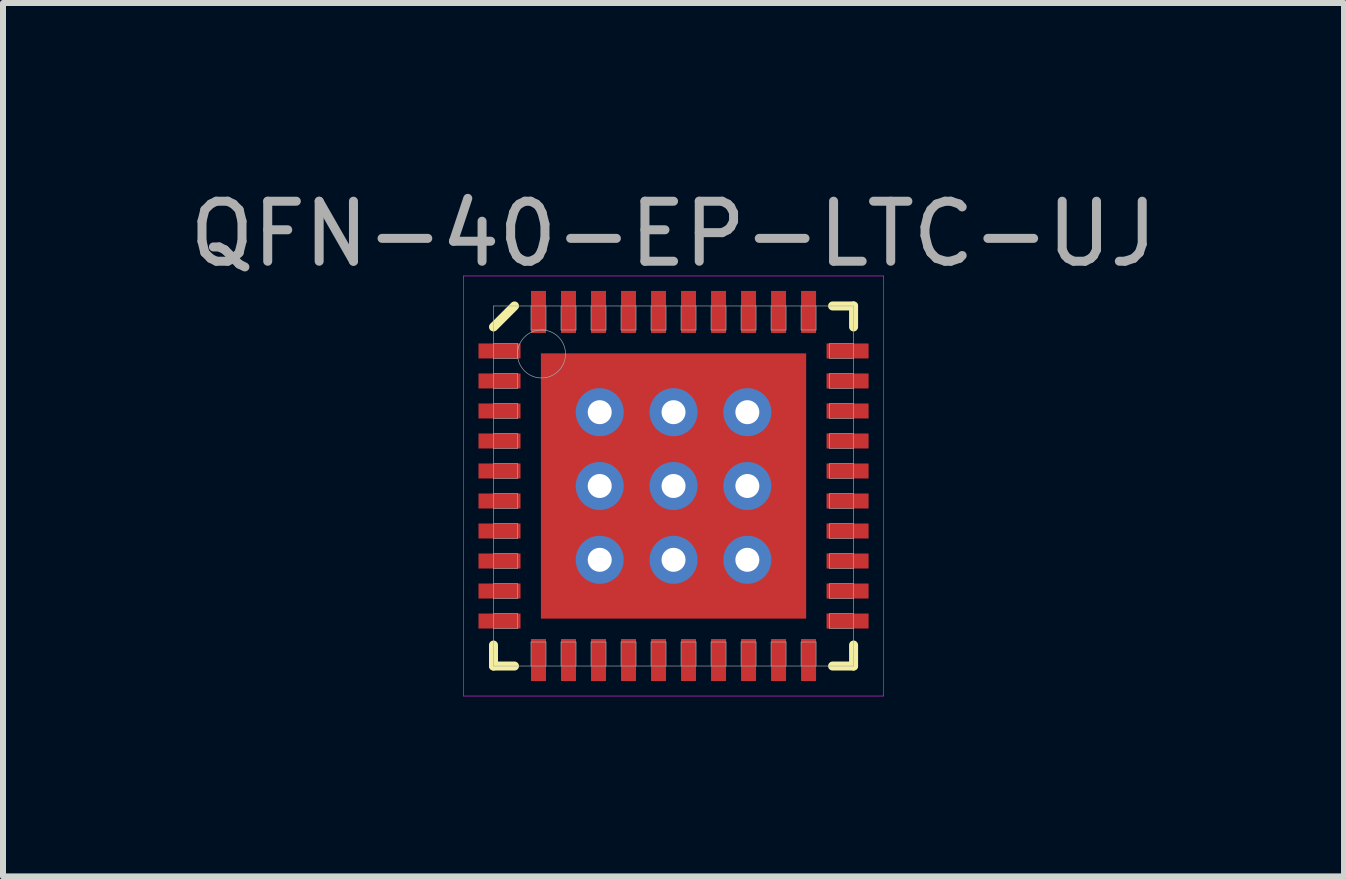
<source format=kicad_pcb>
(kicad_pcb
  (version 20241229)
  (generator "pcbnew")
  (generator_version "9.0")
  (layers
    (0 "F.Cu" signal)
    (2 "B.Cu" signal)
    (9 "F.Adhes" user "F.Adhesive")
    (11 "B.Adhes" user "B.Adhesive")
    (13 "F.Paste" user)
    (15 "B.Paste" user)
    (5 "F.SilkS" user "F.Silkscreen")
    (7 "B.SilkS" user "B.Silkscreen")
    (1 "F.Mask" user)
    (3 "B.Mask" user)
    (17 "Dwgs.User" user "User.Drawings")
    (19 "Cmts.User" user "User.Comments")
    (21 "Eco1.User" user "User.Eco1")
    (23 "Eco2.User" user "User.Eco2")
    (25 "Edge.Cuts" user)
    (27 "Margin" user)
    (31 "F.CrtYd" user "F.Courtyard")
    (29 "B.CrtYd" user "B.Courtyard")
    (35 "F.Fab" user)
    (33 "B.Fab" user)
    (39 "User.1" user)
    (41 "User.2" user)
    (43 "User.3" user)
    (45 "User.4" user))
  (footprint "QFN-40-EP-LTC-UJ"
    (layer "F.Cu")
    (at 8.173 5.048)
    (property "Reference" "QFN-40-EP-LTC-UJ" (at 0 -4.2 0) (layer "F.Fab") (effects (font (size 1 1) (thickness 0.15))))
    (attr through_hole)
    (fp_line (start -3 -2.65) (end -2.65 -3) (stroke (width 0.15) (type solid)) (layer "F.SilkS"))
    (fp_line (start -3 3) (end -3 2.65) (stroke (width 0.15) (type solid)) (layer "F.SilkS"))
    (fp_line (start -2.65 3) (end -3 3) (stroke (width 0.15) (type solid)) (layer "F.SilkS"))
    (fp_line (start 2.65 -3) (end 3 -3) (stroke (width 0.15) (type solid)) (layer "F.SilkS"))
    (fp_line (start 2.65 3) (end 3 3) (stroke (width 0.15) (type solid)) (layer "F.SilkS"))
    (fp_line (start 3 -3) (end 3 -2.65) (stroke (width 0.15) (type solid)) (layer "F.SilkS"))
    (fp_line (start 3 3) (end 3 2.65) (stroke (width 0.15) (type solid)) (layer "F.SilkS"))
    (fp_line (start -3.5 -3.5) (end 3.5 -3.5) (stroke (width 0.01) (type solid)) (layer "F.CrtYd"))
    (fp_line (start -3.5 3.5) (end -3.5 -3.5) (stroke (width 0.01) (type solid)) (layer "F.CrtYd"))
    (fp_line (start 3.5 -3.5) (end 3.5 3.5) (stroke (width 0.01) (type solid)) (layer "F.CrtYd"))
    (fp_line (start 3.5 3.5) (end -3.5 3.5) (stroke (width 0.01) (type solid)) (layer "F.CrtYd"))
    (fp_line (start -3 -3) (end 3 -3) (stroke (width 0.01) (type solid)) (layer "F.Fab"))
    (fp_line (start -3 -2.125) (end -2.6 -2.125) (stroke (width 0.01) (type solid)) (layer "F.Fab"))
    (fp_line (start -3 -1.625) (end -2.6 -1.625) (stroke (width 0.01) (type solid)) (layer "F.Fab"))
    (fp_line (start -3 -1.125) (end -2.6 -1.125) (stroke (width 0.01) (type solid)) (layer "F.Fab"))
    (fp_line (start -3 -0.625) (end -2.6 -0.625) (stroke (width 0.01) (type solid)) (layer "F.Fab"))
    (fp_line (start -3 -0.125) (end -2.6 -0.125) (stroke (width 0.01) (type solid)) (layer "F.Fab"))
    (fp_line (start -3 0.375) (end -2.6 0.375) (stroke (width 0.01) (type solid)) (layer "F.Fab"))
    (fp_line (start -3 0.875) (end -2.6 0.875) (stroke (width 0.01) (type solid)) (layer "F.Fab"))
    (fp_line (start -3 1.375) (end -2.6 1.375) (stroke (width 0.01) (type solid)) (layer "F.Fab"))
    (fp_line (start -3 1.875) (end -2.6 1.875) (stroke (width 0.01) (type solid)) (layer "F.Fab"))
    (fp_line (start -3 2.375) (end -2.6 2.375) (stroke (width 0.01) (type solid)) (layer "F.Fab"))
    (fp_line (start -3 3) (end -3 -3) (stroke (width 0.01) (type solid)) (layer "F.Fab"))
    (fp_line (start -2.6 -2.375) (end -3 -2.375) (stroke (width 0.01) (type solid)) (layer "F.Fab"))
    (fp_line (start -2.6 -2.125) (end -2.6 -2.375) (stroke (width 0.01) (type solid)) (layer "F.Fab"))
    (fp_line (start -2.6 -1.875) (end -3 -1.875) (stroke (width 0.01) (type solid)) (layer "F.Fab"))
    (fp_line (start -2.6 -1.625) (end -2.6 -1.875) (stroke (width 0.01) (type solid)) (layer "F.Fab"))
    (fp_line (start -2.6 -1.375) (end -3 -1.375) (stroke (width 0.01) (type solid)) (layer "F.Fab"))
    (fp_line (start -2.6 -1.125) (end -2.6 -1.375) (stroke (width 0.01) (type solid)) (layer "F.Fab"))
    (fp_line (start -2.6 -0.875) (end -3 -0.875) (stroke (width 0.01) (type solid)) (layer "F.Fab"))
    (fp_line (start -2.6 -0.625) (end -2.6 -0.875) (stroke (width 0.01) (type solid)) (layer "F.Fab"))
    (fp_line (start -2.6 -0.375) (end -3 -0.375) (stroke (width 0.01) (type solid)) (layer "F.Fab"))
    (fp_line (start -2.6 -0.125) (end -2.6 -0.375) (stroke (width 0.01) (type solid)) (layer "F.Fab"))
    (fp_line (start -2.6 0.125) (end -3 0.125) (stroke (width 0.01) (type solid)) (layer "F.Fab"))
    (fp_line (start -2.6 0.375) (end -2.6 0.125) (stroke (width 0.01) (type solid)) (layer "F.Fab"))
    (fp_line (start -2.6 0.625) (end -3 0.625) (stroke (width 0.01) (type solid)) (layer "F.Fab"))
    (fp_line (start -2.6 0.875) (end -2.6 0.625) (stroke (width 0.01) (type solid)) (layer "F.Fab"))
    (fp_line (start -2.6 1.125) (end -3 1.125) (stroke (width 0.01) (type solid)) (layer "F.Fab"))
    (fp_line (start -2.6 1.375) (end -2.6 1.125) (stroke (width 0.01) (type solid)) (layer "F.Fab"))
    (fp_line (start -2.6 1.625) (end -3 1.625) (stroke (width 0.01) (type solid)) (layer "F.Fab"))
    (fp_line (start -2.6 1.875) (end -2.6 1.625) (stroke (width 0.01) (type solid)) (layer "F.Fab"))
    (fp_line (start -2.6 2.125) (end -3 2.125) (stroke (width 0.01) (type solid)) (layer "F.Fab"))
    (fp_line (start -2.6 2.375) (end -2.6 2.125) (stroke (width 0.01) (type solid)) (layer "F.Fab"))
    (fp_line (start -2.375 -3) (end -2.375 -2.6) (stroke (width 0.01) (type solid)) (layer "F.Fab"))
    (fp_line (start -2.375 -2.6) (end -2.125 -2.6) (stroke (width 0.01) (type solid)) (layer "F.Fab"))
    (fp_line (start -2.375 2.6) (end -2.375 3) (stroke (width 0.01) (type solid)) (layer "F.Fab"))
    (fp_line (start -2.125 -2.6) (end -2.125 -3) (stroke (width 0.01) (type solid)) (layer "F.Fab"))
    (fp_line (start -2.125 2.6) (end -2.375 2.6) (stroke (width 0.01) (type solid)) (layer "F.Fab"))
    (fp_line (start -2.125 3) (end -2.125 2.6) (stroke (width 0.01) (type solid)) (layer "F.Fab"))
    (fp_line (start -1.875 -3) (end -1.875 -2.6) (stroke (width 0.01) (type solid)) (layer "F.Fab"))
    (fp_line (start -1.875 -2.6) (end -1.625 -2.6) (stroke (width 0.01) (type solid)) (layer "F.Fab"))
    (fp_line (start -1.875 2.6) (end -1.875 3) (stroke (width 0.01) (type solid)) (layer "F.Fab"))
    (fp_line (start -1.625 -2.6) (end -1.625 -3) (stroke (width 0.01) (type solid)) (layer "F.Fab"))
    (fp_line (start -1.625 2.6) (end -1.875 2.6) (stroke (width 0.01) (type solid)) (layer "F.Fab"))
    (fp_line (start -1.625 3) (end -1.625 2.6) (stroke (width 0.01) (type solid)) (layer "F.Fab"))
    (fp_line (start -1.375 -3) (end -1.375 -2.6) (stroke (width 0.01) (type solid)) (layer "F.Fab"))
    (fp_line (start -1.375 -2.6) (end -1.125 -2.6) (stroke (width 0.01) (type solid)) (layer "F.Fab"))
    (fp_line (start -1.375 2.6) (end -1.375 3) (stroke (width 0.01) (type solid)) (layer "F.Fab"))
    (fp_line (start -1.125 -2.6) (end -1.125 -3) (stroke (width 0.01) (type solid)) (layer "F.Fab"))
    (fp_line (start -1.125 2.6) (end -1.375 2.6) (stroke (width 0.01) (type solid)) (layer "F.Fab"))
    (fp_line (start -1.125 3) (end -1.125 2.6) (stroke (width 0.01) (type solid)) (layer "F.Fab"))
    (fp_line (start -0.875 -3) (end -0.875 -2.6) (stroke (width 0.01) (type solid)) (layer "F.Fab"))
    (fp_line (start -0.875 -2.6) (end -0.625 -2.6) (stroke (width 0.01) (type solid)) (layer "F.Fab"))
    (fp_line (start -0.875 2.6) (end -0.875 3) (stroke (width 0.01) (type solid)) (layer "F.Fab"))
    (fp_line (start -0.625 -2.6) (end -0.625 -3) (stroke (width 0.01) (type solid)) (layer "F.Fab"))
    (fp_line (start -0.625 2.6) (end -0.875 2.6) (stroke (width 0.01) (type solid)) (layer "F.Fab"))
    (fp_line (start -0.625 3) (end -0.625 2.6) (stroke (width 0.01) (type solid)) (layer "F.Fab"))
    (fp_line (start -0.375 -3) (end -0.375 -2.6) (stroke (width 0.01) (type solid)) (layer "F.Fab"))
    (fp_line (start -0.375 -2.6) (end -0.125 -2.6) (stroke (width 0.01) (type solid)) (layer "F.Fab"))
    (fp_line (start -0.375 2.6) (end -0.375 3) (stroke (width 0.01) (type solid)) (layer "F.Fab"))
    (fp_line (start -0.125 -2.6) (end -0.125 -3) (stroke (width 0.01) (type solid)) (layer "F.Fab"))
    (fp_line (start -0.125 2.6) (end -0.375 2.6) (stroke (width 0.01) (type solid)) (layer "F.Fab"))
    (fp_line (start -0.125 3) (end -0.125 2.6) (stroke (width 0.01) (type solid)) (layer "F.Fab"))
    (fp_line (start 0.125 -3) (end 0.125 -2.6) (stroke (width 0.01) (type solid)) (layer "F.Fab"))
    (fp_line (start 0.125 -2.6) (end 0.375 -2.6) (stroke (width 0.01) (type solid)) (layer "F.Fab"))
    (fp_line (start 0.125 2.6) (end 0.125 3) (stroke (width 0.01) (type solid)) (layer "F.Fab"))
    (fp_line (start 0.375 -2.6) (end 0.375 -3) (stroke (width 0.01) (type solid)) (layer "F.Fab"))
    (fp_line (start 0.375 2.6) (end 0.125 2.6) (stroke (width 0.01) (type solid)) (layer "F.Fab"))
    (fp_line (start 0.375 3) (end 0.375 2.6) (stroke (width 0.01) (type solid)) (layer "F.Fab"))
    (fp_line (start 0.625 -3) (end 0.625 -2.6) (stroke (width 0.01) (type solid)) (layer "F.Fab"))
    (fp_line (start 0.625 -2.6) (end 0.875 -2.6) (stroke (width 0.01) (type solid)) (layer "F.Fab"))
    (fp_line (start 0.625 2.6) (end 0.625 3) (stroke (width 0.01) (type solid)) (layer "F.Fab"))
    (fp_line (start 0.875 -2.6) (end 0.875 -3) (stroke (width 0.01) (type solid)) (layer "F.Fab"))
    (fp_line (start 0.875 2.6) (end 0.625 2.6) (stroke (width 0.01) (type solid)) (layer "F.Fab"))
    (fp_line (start 0.875 3) (end 0.875 2.6) (stroke (width 0.01) (type solid)) (layer "F.Fab"))
    (fp_line (start 1.125 -3) (end 1.125 -2.6) (stroke (width 0.01) (type solid)) (layer "F.Fab"))
    (fp_line (start 1.125 -2.6) (end 1.375 -2.6) (stroke (width 0.01) (type solid)) (layer "F.Fab"))
    (fp_line (start 1.125 2.6) (end 1.125 3) (stroke (width 0.01) (type solid)) (layer "F.Fab"))
    (fp_line (start 1.375 -2.6) (end 1.375 -3) (stroke (width 0.01) (type solid)) (layer "F.Fab"))
    (fp_line (start 1.375 2.6) (end 1.125 2.6) (stroke (width 0.01) (type solid)) (layer "F.Fab"))
    (fp_line (start 1.375 3) (end 1.375 2.6) (stroke (width 0.01) (type solid)) (layer "F.Fab"))
    (fp_line (start 1.625 -3) (end 1.625 -2.6) (stroke (width 0.01) (type solid)) (layer "F.Fab"))
    (fp_line (start 1.625 -2.6) (end 1.875 -2.6) (stroke (width 0.01) (type solid)) (layer "F.Fab"))
    (fp_line (start 1.625 2.6) (end 1.625 3) (stroke (width 0.01) (type solid)) (layer "F.Fab"))
    (fp_line (start 1.875 -2.6) (end 1.875 -3) (stroke (width 0.01) (type solid)) (layer "F.Fab"))
    (fp_line (start 1.875 2.6) (end 1.625 2.6) (stroke (width 0.01) (type solid)) (layer "F.Fab"))
    (fp_line (start 1.875 3) (end 1.875 2.6) (stroke (width 0.01) (type solid)) (layer "F.Fab"))
    (fp_line (start 2.125 -3) (end 2.125 -2.6) (stroke (width 0.01) (type solid)) (layer "F.Fab"))
    (fp_line (start 2.125 -2.6) (end 2.375 -2.6) (stroke (width 0.01) (type solid)) (layer "F.Fab"))
    (fp_line (start 2.125 2.6) (end 2.125 3) (stroke (width 0.01) (type solid)) (layer "F.Fab"))
    (fp_line (start 2.375 -2.6) (end 2.375 -3) (stroke (width 0.01) (type solid)) (layer "F.Fab"))
    (fp_line (start 2.375 2.6) (end 2.125 2.6) (stroke (width 0.01) (type solid)) (layer "F.Fab"))
    (fp_line (start 2.375 3) (end 2.375 2.6) (stroke (width 0.01) (type solid)) (layer "F.Fab"))
    (fp_line (start 2.6 -2.375) (end 2.6 -2.125) (stroke (width 0.01) (type solid)) (layer "F.Fab"))
    (fp_line (start 2.6 -2.125) (end 3 -2.125) (stroke (width 0.01) (type solid)) (layer "F.Fab"))
    (fp_line (start 2.6 -1.875) (end 2.6 -1.625) (stroke (width 0.01) (type solid)) (layer "F.Fab"))
    (fp_line (start 2.6 -1.625) (end 3 -1.625) (stroke (width 0.01) (type solid)) (layer "F.Fab"))
    (fp_line (start 2.6 -1.375) (end 2.6 -1.125) (stroke (width 0.01) (type solid)) (layer "F.Fab"))
    (fp_line (start 2.6 -1.125) (end 3 -1.125) (stroke (width 0.01) (type solid)) (layer "F.Fab"))
    (fp_line (start 2.6 -0.875) (end 2.6 -0.625) (stroke (width 0.01) (type solid)) (layer "F.Fab"))
    (fp_line (start 2.6 -0.625) (end 3 -0.625) (stroke (width 0.01) (type solid)) (layer "F.Fab"))
    (fp_line (start 2.6 -0.375) (end 2.6 -0.125) (stroke (width 0.01) (type solid)) (layer "F.Fab"))
    (fp_line (start 2.6 -0.125) (end 3 -0.125) (stroke (width 0.01) (type solid)) (layer "F.Fab"))
    (fp_line (start 2.6 0.125) (end 2.6 0.375) (stroke (width 0.01) (type solid)) (layer "F.Fab"))
    (fp_line (start 2.6 0.375) (end 3 0.375) (stroke (width 0.01) (type solid)) (layer "F.Fab"))
    (fp_line (start 2.6 0.625) (end 2.6 0.875) (stroke (width 0.01) (type solid)) (layer "F.Fab"))
    (fp_line (start 2.6 0.875) (end 3 0.875) (stroke (width 0.01) (type solid)) (layer "F.Fab"))
    (fp_line (start 2.6 1.125) (end 2.6 1.375) (stroke (width 0.01) (type solid)) (layer "F.Fab"))
    (fp_line (start 2.6 1.375) (end 3 1.375) (stroke (width 0.01) (type solid)) (layer "F.Fab"))
    (fp_line (start 2.6 1.625) (end 2.6 1.875) (stroke (width 0.01) (type solid)) (layer "F.Fab"))
    (fp_line (start 2.6 1.875) (end 3 1.875) (stroke (width 0.01) (type solid)) (layer "F.Fab"))
    (fp_line (start 2.6 2.125) (end 2.6 2.375) (stroke (width 0.01) (type solid)) (layer "F.Fab"))
    (fp_line (start 2.6 2.375) (end 3 2.375) (stroke (width 0.01) (type solid)) (layer "F.Fab"))
    (fp_line (start 3 -3) (end 3 3) (stroke (width 0.01) (type solid)) (layer "F.Fab"))
    (fp_line (start 3 -2.375) (end 2.6 -2.375) (stroke (width 0.01) (type solid)) (layer "F.Fab"))
    (fp_line (start 3 -1.875) (end 2.6 -1.875) (stroke (width 0.01) (type solid)) (layer "F.Fab"))
    (fp_line (start 3 -1.375) (end 2.6 -1.375) (stroke (width 0.01) (type solid)) (layer "F.Fab"))
    (fp_line (start 3 -0.875) (end 2.6 -0.875) (stroke (width 0.01) (type solid)) (layer "F.Fab"))
    (fp_line (start 3 -0.375) (end 2.6 -0.375) (stroke (width 0.01) (type solid)) (layer "F.Fab"))
    (fp_line (start 3 0.125) (end 2.6 0.125) (stroke (width 0.01) (type solid)) (layer "F.Fab"))
    (fp_line (start 3 0.625) (end 2.6 0.625) (stroke (width 0.01) (type solid)) (layer "F.Fab"))
    (fp_line (start 3 1.125) (end 2.6 1.125) (stroke (width 0.01) (type solid)) (layer "F.Fab"))
    (fp_line (start 3 1.625) (end 2.6 1.625) (stroke (width 0.01) (type solid)) (layer "F.Fab"))
    (fp_line (start 3 2.125) (end 2.6 2.125) (stroke (width 0.01) (type solid)) (layer "F.Fab"))
    (fp_line (start 3 3) (end -3 3) (stroke (width 0.01) (type solid)) (layer "F.Fab"))
    (fp_circle (center -2.2 -2.2) (end -2.2 -1.8) (stroke (width 0.01) (type solid)) (fill no) (layer "F.Fab"))
    (pad "" smd rect (at -1.845 -1.845) (size 0.73 0.73) (layers "F.Mask"))
    (pad "" smd rect (at -1.845 -1.845) (size 0.73 0.73) (layers "F.Paste"))
    (pad "" smd rect (at -1.845 -0.615) (size 0.73 0.73) (layers "F.Mask"))
    (pad "" smd rect (at -1.845 -0.615) (size 0.73 0.73) (layers "F.Paste"))
    (pad "" smd rect (at -1.845 0.615) (size 0.73 0.73) (layers "F.Mask"))
    (pad "" smd rect (at -1.845 0.615) (size 0.73 0.73) (layers "F.Paste"))
    (pad "" smd rect (at -1.845 1.845) (size 0.73 0.73) (layers "F.Mask"))
    (pad "" smd rect (at -1.845 1.845) (size 0.73 0.73) (layers "F.Paste"))
    (pad "" smd rect (at -0.615 -1.845) (size 0.73 0.73) (layers "F.Mask"))
    (pad "" smd rect (at -0.615 -1.845) (size 0.73 0.73) (layers "F.Paste"))
    (pad "" smd rect (at -0.615 -0.615) (size 0.73 0.73) (layers "F.Mask"))
    (pad "" smd rect (at -0.615 -0.615) (size 0.73 0.73) (layers "F.Paste"))
    (pad "" smd rect (at -0.615 0.615) (size 0.73 0.73) (layers "F.Mask"))
    (pad "" smd rect (at -0.615 0.615) (size 0.73 0.73) (layers "F.Paste"))
    (pad "" smd rect (at -0.615 1.845) (size 0.73 0.73) (layers "F.Mask"))
    (pad "" smd rect (at -0.615 1.845) (size 0.73 0.73) (layers "F.Paste"))
    (pad "" smd rect (at 0.615 -1.845) (size 0.73 0.73) (layers "F.Mask"))
    (pad "" smd rect (at 0.615 -1.845) (size 0.73 0.73) (layers "F.Paste"))
    (pad "" smd rect (at 0.615 -0.615) (size 0.73 0.73) (layers "F.Mask"))
    (pad "" smd rect (at 0.615 -0.615) (size 0.73 0.73) (layers "F.Paste"))
    (pad "" smd rect (at 0.615 0.615) (size 0.73 0.73) (layers "F.Mask"))
    (pad "" smd rect (at 0.615 0.615) (size 0.73 0.73) (layers "F.Paste"))
    (pad "" smd rect (at 0.615 1.845) (size 0.73 0.73) (layers "F.Mask"))
    (pad "" smd rect (at 0.615 1.845) (size 0.73 0.73) (layers "F.Paste"))
    (pad "" smd rect (at 1.845 -1.845) (size 0.73 0.73) (layers "F.Mask"))
    (pad "" smd rect (at 1.845 -1.845) (size 0.73 0.73) (layers "F.Paste"))
    (pad "" smd rect (at 1.845 -0.615) (size 0.73 0.73) (layers "F.Mask"))
    (pad "" smd rect (at 1.845 -0.615) (size 0.73 0.73) (layers "F.Paste"))
    (pad "" smd rect (at 1.845 0.615) (size 0.73 0.73) (layers "F.Mask"))
    (pad "" smd rect (at 1.845 0.615) (size 0.73 0.73) (layers "F.Paste"))
    (pad "" smd rect (at 1.845 1.845) (size 0.73 0.73) (layers "F.Mask"))
    (pad "" smd rect (at 1.845 1.845) (size 0.73 0.73) (layers "F.Paste"))
    (pad "1" smd rect (at -2.9 -2.25) (size 0.7 0.25) (layers "F.Cu" "F.Mask" "F.Paste"))
    (pad "2" smd rect (at -2.9 -1.75) (size 0.7 0.25) (layers "F.Cu" "F.Mask" "F.Paste"))
    (pad "3" smd rect (at -2.9 -1.25) (size 0.7 0.25) (layers "F.Cu" "F.Mask" "F.Paste"))
    (pad "4" smd rect (at -2.9 -0.75) (size 0.7 0.25) (layers "F.Cu" "F.Mask" "F.Paste"))
    (pad "5" smd rect (at -2.9 -0.25) (size 0.7 0.25) (layers "F.Cu" "F.Mask" "F.Paste"))
    (pad "6" smd rect (at -2.9 0.25) (size 0.7 0.25) (layers "F.Cu" "F.Mask" "F.Paste"))
    (pad "7" smd rect (at -2.9 0.75) (size 0.7 0.25) (layers "F.Cu" "F.Mask" "F.Paste"))
    (pad "8" smd rect (at -2.9 1.25) (size 0.7 0.25) (layers "F.Cu" "F.Mask" "F.Paste"))
    (pad "9" smd rect (at -2.9 1.75) (size 0.7 0.25) (layers "F.Cu" "F.Mask" "F.Paste"))
    (pad "10" smd rect (at -2.9 2.25) (size 0.7 0.25) (layers "F.Cu" "F.Mask" "F.Paste"))
    (pad "11" smd rect (at -2.25 2.9) (size 0.25 0.7) (layers "F.Cu" "F.Mask" "F.Paste"))
    (pad "12" smd rect (at -1.75 2.9) (size 0.25 0.7) (layers "F.Cu" "F.Mask" "F.Paste"))
    (pad "13" smd rect (at -1.25 2.9) (size 0.25 0.7) (layers "F.Cu" "F.Mask" "F.Paste"))
    (pad "14" smd rect (at -0.75 2.9) (size 0.25 0.7) (layers "F.Cu" "F.Mask" "F.Paste"))
    (pad "15" smd rect (at -0.25 2.9) (size 0.25 0.7) (layers "F.Cu" "F.Mask" "F.Paste"))
    (pad "16" smd rect (at 0.25 2.9) (size 0.25 0.7) (layers "F.Cu" "F.Mask" "F.Paste"))
    (pad "17" smd rect (at 0.75 2.9) (size 0.25 0.7) (layers "F.Cu" "F.Mask" "F.Paste"))
    (pad "18" smd rect (at 1.25 2.9) (size 0.25 0.7) (layers "F.Cu" "F.Mask" "F.Paste"))
    (pad "19" smd rect (at 1.75 2.9) (size 0.25 0.7) (layers "F.Cu" "F.Mask" "F.Paste"))
    (pad "20" smd rect (at 2.25 2.9) (size 0.25 0.7) (layers "F.Cu" "F.Mask" "F.Paste"))
    (pad "21" smd rect (at 2.9 2.25) (size 0.7 0.25) (layers "F.Cu" "F.Mask" "F.Paste"))
    (pad "22" smd rect (at 2.9 1.75) (size 0.7 0.25) (layers "F.Cu" "F.Mask" "F.Paste"))
    (pad "23" smd rect (at 2.9 1.25) (size 0.7 0.25) (layers "F.Cu" "F.Mask" "F.Paste"))
    (pad "24" smd rect (at 2.9 0.75) (size 0.7 0.25) (layers "F.Cu" "F.Mask" "F.Paste"))
    (pad "25" smd rect (at 2.9 0.25) (size 0.7 0.25) (layers "F.Cu" "F.Mask" "F.Paste"))
    (pad "26" smd rect (at 2.9 -0.25) (size 0.7 0.25) (layers "F.Cu" "F.Mask" "F.Paste"))
    (pad "27" smd rect (at 2.9 -0.75) (size 0.7 0.25) (layers "F.Cu" "F.Mask" "F.Paste"))
    (pad "28" smd rect (at 2.9 -1.25) (size 0.7 0.25) (layers "F.Cu" "F.Mask" "F.Paste"))
    (pad "29" smd rect (at 2.9 -1.75) (size 0.7 0.25) (layers "F.Cu" "F.Mask" "F.Paste"))
    (pad "30" smd rect (at 2.9 -2.25) (size 0.7 0.25) (layers "F.Cu" "F.Mask" "F.Paste"))
    (pad "31" smd rect (at 2.25 -2.9) (size 0.25 0.7) (layers "F.Cu" "F.Mask" "F.Paste"))
    (pad "32" smd rect (at 1.75 -2.9) (size 0.25 0.7) (layers "F.Cu" "F.Mask" "F.Paste"))
    (pad "33" smd rect (at 1.25 -2.9) (size 0.25 0.7) (layers "F.Cu" "F.Mask" "F.Paste"))
    (pad "34" smd rect (at 0.75 -2.9) (size 0.25 0.7) (layers "F.Cu" "F.Mask" "F.Paste"))
    (pad "35" smd rect (at 0.25 -2.9) (size 0.25 0.7) (layers "F.Cu" "F.Mask" "F.Paste"))
    (pad "36" smd rect (at -0.25 -2.9) (size 0.25 0.7) (layers "F.Cu" "F.Mask" "F.Paste"))
    (pad "37" smd rect (at -0.75 -2.9) (size 0.25 0.7) (layers "F.Cu" "F.Mask" "F.Paste"))
    (pad "38" smd rect (at -1.25 -2.9) (size 0.25 0.7) (layers "F.Cu" "F.Mask" "F.Paste"))
    (pad "39" smd rect (at -1.75 -2.9) (size 0.25 0.7) (layers "F.Cu" "F.Mask" "F.Paste"))
    (pad "40" smd rect (at -2.25 -2.9) (size 0.25 0.7) (layers "F.Cu" "F.Mask" "F.Paste"))
    (pad "EP" thru_hole circle (at -1.23 -1.23) (size 0.8 0.8) (drill 0.4) (layers "*.Cu"))
    (pad "EP" thru_hole circle (at -1.23 0) (size 0.8 0.8) (drill 0.4) (layers "*.Cu"))
    (pad "EP" thru_hole circle (at -1.23 1.23) (size 0.8 0.8) (drill 0.4) (layers "*.Cu"))
    (pad "EP" thru_hole circle (at 0 -1.23) (size 0.8 0.8) (drill 0.4) (layers "*.Cu"))
    (pad "EP" thru_hole circle (at 0 0) (size 0.8 0.8) (drill 0.4) (layers "*.Cu"))
    (pad "EP" smd rect (at 0 0) (size 4.42 4.42) (layers "F.Cu"))
    (pad "EP" thru_hole circle (at 0 1.23) (size 0.8 0.8) (drill 0.4) (layers "*.Cu"))
    (pad "EP" thru_hole circle (at 1.23 -1.23) (size 0.8 0.8) (drill 0.4) (layers "*.Cu"))
    (pad "EP" thru_hole circle (at 1.23 0) (size 0.8 0.8) (drill 0.4) (layers "*.Cu"))
    (pad "EP" thru_hole circle (at 1.23 1.23) (size 0.8 0.8) (drill 0.4) (layers "*.Cu")))
  (gr_rect
    (start -3 -3)
    (end 19.345 11.553)
    (stroke (width 0.1) (type default))
    (fill no)
    (layer "Edge.Cuts")))
</source>
